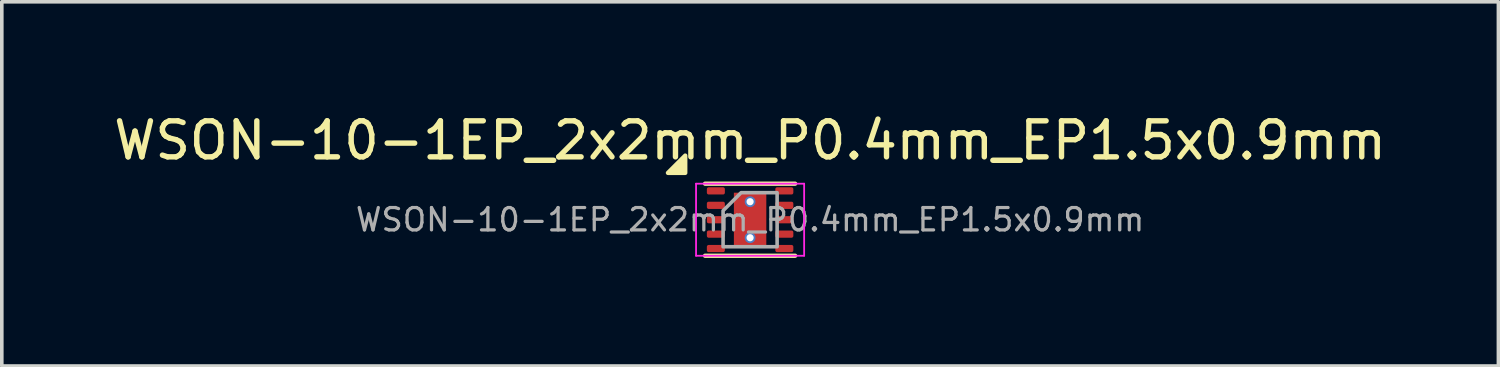
<source format=kicad_pcb>
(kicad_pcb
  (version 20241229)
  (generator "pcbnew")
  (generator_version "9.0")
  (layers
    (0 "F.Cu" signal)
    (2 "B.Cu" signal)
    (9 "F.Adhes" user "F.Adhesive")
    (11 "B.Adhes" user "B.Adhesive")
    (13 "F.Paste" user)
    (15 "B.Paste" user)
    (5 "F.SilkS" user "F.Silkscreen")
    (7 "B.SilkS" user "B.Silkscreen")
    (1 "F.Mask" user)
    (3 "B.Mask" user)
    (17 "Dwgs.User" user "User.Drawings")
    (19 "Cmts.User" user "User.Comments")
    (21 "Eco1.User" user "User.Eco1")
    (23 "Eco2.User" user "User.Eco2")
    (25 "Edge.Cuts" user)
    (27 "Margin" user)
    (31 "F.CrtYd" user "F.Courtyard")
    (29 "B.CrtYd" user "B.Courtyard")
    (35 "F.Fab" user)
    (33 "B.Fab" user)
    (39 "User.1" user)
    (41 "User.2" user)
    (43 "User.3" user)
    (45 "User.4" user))
  (footprint "WSON-10-1EP_2x2mm_P0.4mm_EP1.5x0.9mm"
    (layer "F.Cu")
    (at 17.768 3.048)
    (property "Reference" "WSON-10-1EP_2x2mm_P0.4mm_EP1.5x0.9mm" (at 0 -2.2 0) (layer "F.SilkS") (effects (font (size 1 1) (thickness 0.15))))
    (attr smd)
    (fp_line (start -1.25 -1) (end 1.25 -1) (stroke (width 0.12) (type solid)) (layer "F.SilkS"))
    (fp_line (start -1.25 1) (end 1.25 1) (stroke (width 0.12) (type solid)) (layer "F.SilkS"))
    (fp_poly (pts (xy -1.8 -1.3) (xy -2.28 -1.3) (xy -1.8 -1.78)) (stroke (width 0.12) (type solid)) (fill yes) (layer "F.SilkS"))
    (fp_line (start -1.5 -1) (end 1.5 -1) (stroke (width 0.05) (type solid)) (layer "F.CrtYd"))
    (fp_line (start -1.5 1) (end -1.5 -1) (stroke (width 0.05) (type solid)) (layer "F.CrtYd"))
    (fp_line (start 1.5 -1) (end 1.5 1) (stroke (width 0.05) (type solid)) (layer "F.CrtYd"))
    (fp_line (start 1.5 1) (end -1.5 1) (stroke (width 0.05) (type solid)) (layer "F.CrtYd"))
    (fp_poly (pts (xy -0.75 -0.25) (xy -0.75 0.75) (xy 0.75 0.75) (xy 0.75 -0.75) (xy -0.25 -0.75)) (stroke (width 0.1) (type solid)) (fill no) (layer "F.Fab"))
    (fp_text user "${REFERENCE}" (at 0 0 0) (layer "F.Fab") (effects (font (size 0.62 0.62) (thickness 0.09))))
    (pad "" smd roundrect (at 0 -0.005) (size 0.85 1.38) (layers "F.Paste") (roundrect_rratio 0.25))
    (pad "1" smd roundrect (at -0.95 -0.8) (size 0.5 0.2) (layers "F.Cu" "F.Mask" "F.Paste") (roundrect_rratio 0.25))
    (pad "2" smd roundrect (at -0.95 -0.4) (size 0.5 0.2) (layers "F.Cu" "F.Mask" "F.Paste") (roundrect_rratio 0.25))
    (pad "3" smd roundrect (at -0.95 0) (size 0.5 0.2) (layers "F.Cu" "F.Mask" "F.Paste") (roundrect_rratio 0.25))
    (pad "4" smd roundrect (at -0.95 0.4) (size 0.5 0.2) (layers "F.Cu" "F.Mask" "F.Paste") (roundrect_rratio 0.25))
    (pad "5" smd roundrect (at -0.95 0.8) (size 0.5 0.2) (layers "F.Cu" "F.Mask" "F.Paste") (roundrect_rratio 0.25))
    (pad "6" smd roundrect (at 0.95 0.8) (size 0.5 0.2) (layers "F.Cu" "F.Mask" "F.Paste") (roundrect_rratio 0.25))
    (pad "7" smd roundrect (at 0.95 0.4) (size 0.5 0.2) (layers "F.Cu" "F.Mask" "F.Paste") (roundrect_rratio 0.25))
    (pad "8" smd roundrect (at 0.95 0) (size 0.5 0.2) (layers "F.Cu" "F.Mask" "F.Paste") (roundrect_rratio 0.25))
    (pad "9" smd roundrect (at 0.95 -0.4) (size 0.5 0.2) (layers "F.Cu" "F.Mask" "F.Paste") (roundrect_rratio 0.25))
    (pad "10" smd roundrect (at 0.95 -0.8) (size 0.5 0.2) (layers "F.Cu" "F.Mask" "F.Paste") (roundrect_rratio 0.25))
    (pad "11" thru_hole circle (at 0 -0.5) (size 0.3 0.3) (drill 0.2) (layers "*.Cu" "*.Mask"))
    (pad "11" smd rect (at 0 0) (size 0.9 1.5) (property pad_prop_heatsink) (layers "F.Cu" "F.Mask"))
    (pad "11" thru_hole circle (at 0 0.5) (size 0.3 0.3) (drill 0.2) (layers "*.Cu" "*.Mask")))
  (gr_rect
    (start -3 -3)
    (end 38.536 7.108)
    (stroke (width 0.1) (type default))
    (fill no)
    (layer "Edge.Cuts")))
</source>
